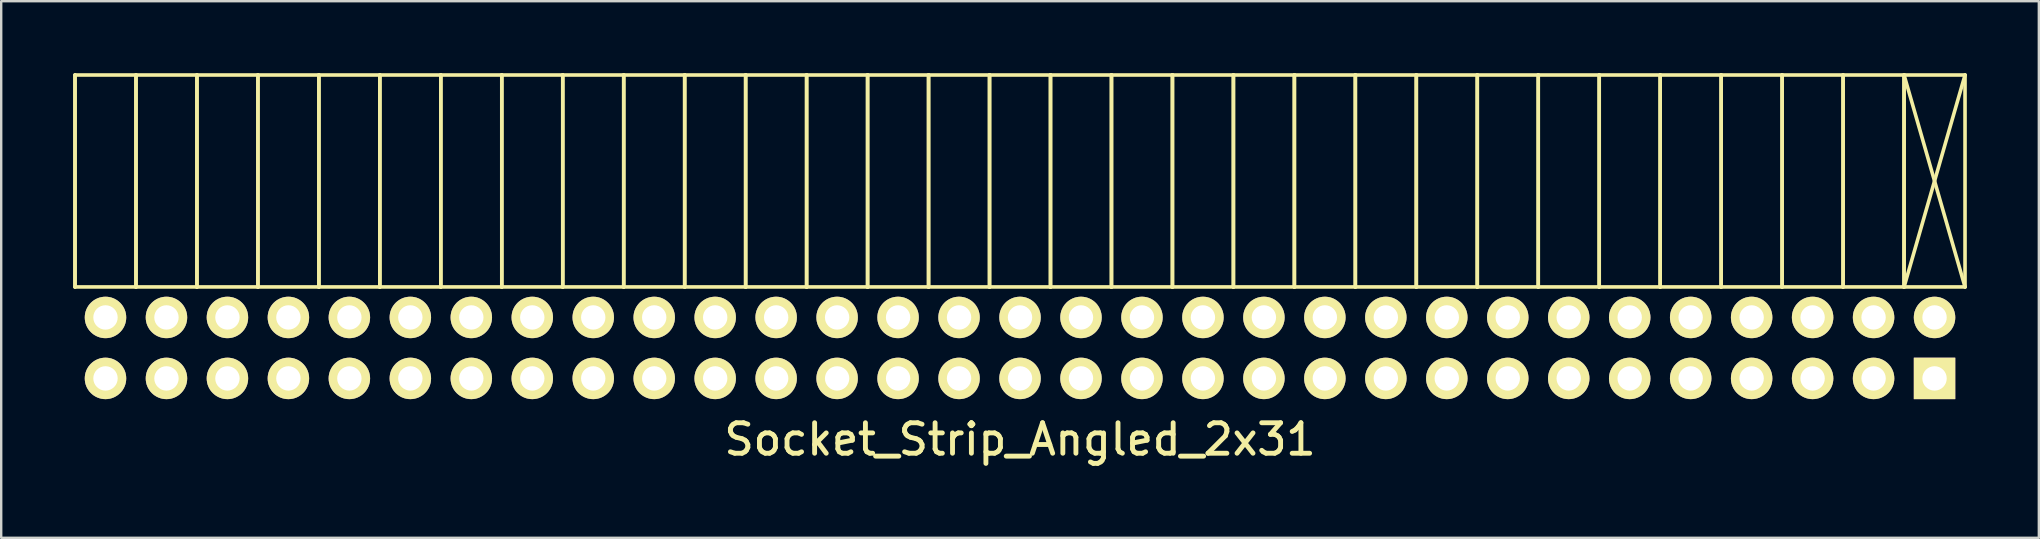
<source format=kicad_pcb>
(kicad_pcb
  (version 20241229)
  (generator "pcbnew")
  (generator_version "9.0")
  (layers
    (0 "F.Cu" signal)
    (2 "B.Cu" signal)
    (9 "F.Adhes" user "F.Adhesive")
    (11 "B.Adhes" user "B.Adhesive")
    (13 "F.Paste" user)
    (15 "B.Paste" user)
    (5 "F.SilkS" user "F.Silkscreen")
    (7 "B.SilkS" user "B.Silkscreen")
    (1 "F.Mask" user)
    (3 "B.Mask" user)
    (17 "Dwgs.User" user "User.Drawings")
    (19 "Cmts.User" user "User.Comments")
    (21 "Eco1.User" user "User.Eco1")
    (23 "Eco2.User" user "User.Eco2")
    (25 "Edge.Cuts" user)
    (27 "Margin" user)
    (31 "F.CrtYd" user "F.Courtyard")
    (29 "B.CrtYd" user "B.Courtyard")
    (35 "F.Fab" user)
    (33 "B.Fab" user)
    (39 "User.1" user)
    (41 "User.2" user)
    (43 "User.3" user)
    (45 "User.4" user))
  (footprint "Socket_Strip_Angled_2x31"
    (layer "F.Cu")
    (at 39.445 11.445)
    (property "Reference" "Socket_Strip_Angled_2x31" (at 0 3.81 0) (layer "F.SilkS") (effects (font (size 1.27 1.27) (thickness 0.203))))
    (attr through_hole)
    (fp_line (start -39.37 -11.37) (end -39.37 -2.54) (stroke (width 0.15) (type solid)) (layer "F.SilkS"))
    (fp_line (start -39.37 -2.54) (end -39.37 -11.37) (stroke (width 0.15) (type solid)) (layer "F.SilkS"))
    (fp_line (start -36.83 -11.37) (end -39.37 -11.37) (stroke (width 0.15) (type solid)) (layer "F.SilkS"))
    (fp_line (start -36.83 -11.37) (end -36.83 -2.54) (stroke (width 0.15) (type solid)) (layer "F.SilkS"))
    (fp_line (start -36.83 -2.54) (end -39.37 -2.54) (stroke (width 0.15) (type solid)) (layer "F.SilkS"))
    (fp_line (start -36.83 -2.54) (end -36.83 -11.37) (stroke (width 0.15) (type solid)) (layer "F.SilkS"))
    (fp_line (start -34.29 -11.37) (end -36.83 -11.37) (stroke (width 0.15) (type solid)) (layer "F.SilkS"))
    (fp_line (start -34.29 -11.37) (end -34.29 -2.54) (stroke (width 0.15) (type solid)) (layer "F.SilkS"))
    (fp_line (start -34.29 -2.54) (end -36.83 -2.54) (stroke (width 0.15) (type solid)) (layer "F.SilkS"))
    (fp_line (start -34.29 -2.54) (end -34.29 -11.37) (stroke (width 0.15) (type solid)) (layer "F.SilkS"))
    (fp_line (start -31.75 -11.37) (end -34.29 -11.37) (stroke (width 0.15) (type solid)) (layer "F.SilkS"))
    (fp_line (start -31.75 -11.37) (end -31.75 -2.54) (stroke (width 0.15) (type solid)) (layer "F.SilkS"))
    (fp_line (start -31.75 -2.54) (end -34.29 -2.54) (stroke (width 0.15) (type solid)) (layer "F.SilkS"))
    (fp_line (start -31.75 -2.54) (end -31.75 -11.37) (stroke (width 0.15) (type solid)) (layer "F.SilkS"))
    (fp_line (start -29.21 -11.37) (end -31.75 -11.37) (stroke (width 0.15) (type solid)) (layer "F.SilkS"))
    (fp_line (start -29.21 -11.37) (end -29.21 -2.54) (stroke (width 0.15) (type solid)) (layer "F.SilkS"))
    (fp_line (start -29.21 -2.54) (end -31.75 -2.54) (stroke (width 0.15) (type solid)) (layer "F.SilkS"))
    (fp_line (start -29.21 -2.54) (end -29.21 -11.37) (stroke (width 0.15) (type solid)) (layer "F.SilkS"))
    (fp_line (start -26.67 -11.37) (end -29.21 -11.37) (stroke (width 0.15) (type solid)) (layer "F.SilkS"))
    (fp_line (start -26.67 -11.37) (end -26.67 -2.54) (stroke (width 0.15) (type solid)) (layer "F.SilkS"))
    (fp_line (start -26.67 -2.54) (end -29.21 -2.54) (stroke (width 0.15) (type solid)) (layer "F.SilkS"))
    (fp_line (start -26.67 -2.54) (end -26.67 -11.37) (stroke (width 0.15) (type solid)) (layer "F.SilkS"))
    (fp_line (start -24.13 -11.37) (end -26.67 -11.37) (stroke (width 0.15) (type solid)) (layer "F.SilkS"))
    (fp_line (start -24.13 -11.37) (end -24.13 -2.54) (stroke (width 0.15) (type solid)) (layer "F.SilkS"))
    (fp_line (start -24.13 -2.54) (end -26.67 -2.54) (stroke (width 0.15) (type solid)) (layer "F.SilkS"))
    (fp_line (start -24.13 -2.54) (end -24.13 -11.37) (stroke (width 0.15) (type solid)) (layer "F.SilkS"))
    (fp_line (start -21.59 -11.37) (end -24.13 -11.37) (stroke (width 0.15) (type solid)) (layer "F.SilkS"))
    (fp_line (start -21.59 -11.37) (end -21.59 -2.54) (stroke (width 0.15) (type solid)) (layer "F.SilkS"))
    (fp_line (start -21.59 -2.54) (end -24.13 -2.54) (stroke (width 0.15) (type solid)) (layer "F.SilkS"))
    (fp_line (start -21.59 -2.54) (end -21.59 -11.37) (stroke (width 0.15) (type solid)) (layer "F.SilkS"))
    (fp_line (start -19.05 -11.37) (end -21.59 -11.37) (stroke (width 0.15) (type solid)) (layer "F.SilkS"))
    (fp_line (start -19.05 -11.37) (end -19.05 -2.54) (stroke (width 0.15) (type solid)) (layer "F.SilkS"))
    (fp_line (start -19.05 -2.54) (end -21.59 -2.54) (stroke (width 0.15) (type solid)) (layer "F.SilkS"))
    (fp_line (start -19.05 -2.54) (end -19.05 -11.37) (stroke (width 0.15) (type solid)) (layer "F.SilkS"))
    (fp_line (start -16.51 -11.37) (end -19.05 -11.37) (stroke (width 0.15) (type solid)) (layer "F.SilkS"))
    (fp_line (start -16.51 -11.37) (end -16.51 -2.54) (stroke (width 0.15) (type solid)) (layer "F.SilkS"))
    (fp_line (start -16.51 -2.54) (end -19.05 -2.54) (stroke (width 0.15) (type solid)) (layer "F.SilkS"))
    (fp_line (start -16.51 -2.54) (end -16.51 -11.37) (stroke (width 0.15) (type solid)) (layer "F.SilkS"))
    (fp_line (start -13.97 -11.37) (end -16.51 -11.37) (stroke (width 0.15) (type solid)) (layer "F.SilkS"))
    (fp_line (start -13.97 -11.37) (end -13.97 -2.54) (stroke (width 0.15) (type solid)) (layer "F.SilkS"))
    (fp_line (start -13.97 -2.54) (end -16.51 -2.54) (stroke (width 0.15) (type solid)) (layer "F.SilkS"))
    (fp_line (start -13.97 -2.54) (end -13.97 -11.37) (stroke (width 0.15) (type solid)) (layer "F.SilkS"))
    (fp_line (start -11.43 -11.37) (end -13.97 -11.37) (stroke (width 0.15) (type solid)) (layer "F.SilkS"))
    (fp_line (start -11.43 -11.37) (end -11.43 -2.54) (stroke (width 0.15) (type solid)) (layer "F.SilkS"))
    (fp_line (start -11.43 -2.54) (end -13.97 -2.54) (stroke (width 0.15) (type solid)) (layer "F.SilkS"))
    (fp_line (start -11.43 -2.54) (end -11.43 -11.37) (stroke (width 0.15) (type solid)) (layer "F.SilkS"))
    (fp_line (start -8.89 -11.37) (end -11.43 -11.37) (stroke (width 0.15) (type solid)) (layer "F.SilkS"))
    (fp_line (start -8.89 -11.37) (end -8.89 -2.54) (stroke (width 0.15) (type solid)) (layer "F.SilkS"))
    (fp_line (start -8.89 -2.54) (end -11.43 -2.54) (stroke (width 0.15) (type solid)) (layer "F.SilkS"))
    (fp_line (start -8.89 -2.54) (end -8.89 -11.37) (stroke (width 0.15) (type solid)) (layer "F.SilkS"))
    (fp_line (start -6.35 -11.37) (end -8.89 -11.37) (stroke (width 0.15) (type solid)) (layer "F.SilkS"))
    (fp_line (start -6.35 -11.37) (end -6.35 -2.54) (stroke (width 0.15) (type solid)) (layer "F.SilkS"))
    (fp_line (start -6.35 -2.54) (end -8.89 -2.54) (stroke (width 0.15) (type solid)) (layer "F.SilkS"))
    (fp_line (start -6.35 -2.54) (end -6.35 -11.37) (stroke (width 0.15) (type solid)) (layer "F.SilkS"))
    (fp_line (start -3.81 -11.37) (end -6.35 -11.37) (stroke (width 0.15) (type solid)) (layer "F.SilkS"))
    (fp_line (start -3.81 -11.37) (end -3.81 -2.54) (stroke (width 0.15) (type solid)) (layer "F.SilkS"))
    (fp_line (start -3.81 -2.54) (end -6.35 -2.54) (stroke (width 0.15) (type solid)) (layer "F.SilkS"))
    (fp_line (start -3.81 -2.54) (end -3.81 -11.37) (stroke (width 0.15) (type solid)) (layer "F.SilkS"))
    (fp_line (start -1.27 -11.37) (end -3.81 -11.37) (stroke (width 0.15) (type solid)) (layer "F.SilkS"))
    (fp_line (start -1.27 -11.37) (end -1.27 -2.54) (stroke (width 0.15) (type solid)) (layer "F.SilkS"))
    (fp_line (start -1.27 -2.54) (end -3.81 -2.54) (stroke (width 0.15) (type solid)) (layer "F.SilkS"))
    (fp_line (start -1.27 -2.54) (end -1.27 -11.37) (stroke (width 0.15) (type solid)) (layer "F.SilkS"))
    (fp_line (start 1.27 -11.37) (end -1.27 -11.37) (stroke (width 0.15) (type solid)) (layer "F.SilkS"))
    (fp_line (start 1.27 -11.37) (end 1.27 -2.54) (stroke (width 0.15) (type solid)) (layer "F.SilkS"))
    (fp_line (start 1.27 -2.54) (end -1.27 -2.54) (stroke (width 0.15) (type solid)) (layer "F.SilkS"))
    (fp_line (start 1.27 -2.54) (end 1.27 -11.37) (stroke (width 0.15) (type solid)) (layer "F.SilkS"))
    (fp_line (start 3.81 -11.37) (end 1.27 -11.37) (stroke (width 0.15) (type solid)) (layer "F.SilkS"))
    (fp_line (start 3.81 -11.37) (end 3.81 -2.54) (stroke (width 0.15) (type solid)) (layer "F.SilkS"))
    (fp_line (start 3.81 -2.54) (end 1.27 -2.54) (stroke (width 0.15) (type solid)) (layer "F.SilkS"))
    (fp_line (start 3.81 -2.54) (end 3.81 -11.37) (stroke (width 0.15) (type solid)) (layer "F.SilkS"))
    (fp_line (start 6.35 -11.37) (end 3.81 -11.37) (stroke (width 0.15) (type solid)) (layer "F.SilkS"))
    (fp_line (start 6.35 -11.37) (end 6.35 -2.54) (stroke (width 0.15) (type solid)) (layer "F.SilkS"))
    (fp_line (start 6.35 -2.54) (end 3.81 -2.54) (stroke (width 0.15) (type solid)) (layer "F.SilkS"))
    (fp_line (start 6.35 -2.54) (end 6.35 -11.37) (stroke (width 0.15) (type solid)) (layer "F.SilkS"))
    (fp_line (start 8.89 -11.37) (end 6.35 -11.37) (stroke (width 0.15) (type solid)) (layer "F.SilkS"))
    (fp_line (start 8.89 -11.37) (end 8.89 -2.54) (stroke (width 0.15) (type solid)) (layer "F.SilkS"))
    (fp_line (start 8.89 -2.54) (end 6.35 -2.54) (stroke (width 0.15) (type solid)) (layer "F.SilkS"))
    (fp_line (start 8.89 -2.54) (end 8.89 -11.37) (stroke (width 0.15) (type solid)) (layer "F.SilkS"))
    (fp_line (start 11.43 -11.37) (end 8.89 -11.37) (stroke (width 0.15) (type solid)) (layer "F.SilkS"))
    (fp_line (start 11.43 -11.37) (end 11.43 -2.54) (stroke (width 0.15) (type solid)) (layer "F.SilkS"))
    (fp_line (start 11.43 -2.54) (end 8.89 -2.54) (stroke (width 0.15) (type solid)) (layer "F.SilkS"))
    (fp_line (start 11.43 -2.54) (end 11.43 -11.37) (stroke (width 0.15) (type solid)) (layer "F.SilkS"))
    (fp_line (start 13.97 -11.37) (end 11.43 -11.37) (stroke (width 0.15) (type solid)) (layer "F.SilkS"))
    (fp_line (start 13.97 -11.37) (end 13.97 -2.54) (stroke (width 0.15) (type solid)) (layer "F.SilkS"))
    (fp_line (start 13.97 -2.54) (end 11.43 -2.54) (stroke (width 0.15) (type solid)) (layer "F.SilkS"))
    (fp_line (start 13.97 -2.54) (end 13.97 -11.37) (stroke (width 0.15) (type solid)) (layer "F.SilkS"))
    (fp_line (start 16.51 -11.37) (end 13.97 -11.37) (stroke (width 0.15) (type solid)) (layer "F.SilkS"))
    (fp_line (start 16.51 -11.37) (end 16.51 -2.54) (stroke (width 0.15) (type solid)) (layer "F.SilkS"))
    (fp_line (start 16.51 -2.54) (end 13.97 -2.54) (stroke (width 0.15) (type solid)) (layer "F.SilkS"))
    (fp_line (start 16.51 -2.54) (end 16.51 -11.37) (stroke (width 0.15) (type solid)) (layer "F.SilkS"))
    (fp_line (start 19.05 -11.37) (end 16.51 -11.37) (stroke (width 0.15) (type solid)) (layer "F.SilkS"))
    (fp_line (start 19.05 -11.37) (end 19.05 -2.54) (stroke (width 0.15) (type solid)) (layer "F.SilkS"))
    (fp_line (start 19.05 -2.54) (end 16.51 -2.54) (stroke (width 0.15) (type solid)) (layer "F.SilkS"))
    (fp_line (start 19.05 -2.54) (end 19.05 -11.37) (stroke (width 0.15) (type solid)) (layer "F.SilkS"))
    (fp_line (start 21.59 -11.37) (end 19.05 -11.37) (stroke (width 0.15) (type solid)) (layer "F.SilkS"))
    (fp_line (start 21.59 -11.37) (end 21.59 -2.54) (stroke (width 0.15) (type solid)) (layer "F.SilkS"))
    (fp_line (start 21.59 -2.54) (end 19.05 -2.54) (stroke (width 0.15) (type solid)) (layer "F.SilkS"))
    (fp_line (start 21.59 -2.54) (end 21.59 -11.37) (stroke (width 0.15) (type solid)) (layer "F.SilkS"))
    (fp_line (start 24.13 -11.37) (end 21.59 -11.37) (stroke (width 0.15) (type solid)) (layer "F.SilkS"))
    (fp_line (start 24.13 -11.37) (end 24.13 -2.54) (stroke (width 0.15) (type solid)) (layer "F.SilkS"))
    (fp_line (start 24.13 -2.54) (end 21.59 -2.54) (stroke (width 0.15) (type solid)) (layer "F.SilkS"))
    (fp_line (start 24.13 -2.54) (end 24.13 -11.37) (stroke (width 0.15) (type solid)) (layer "F.SilkS"))
    (fp_line (start 26.67 -11.37) (end 24.13 -11.37) (stroke (width 0.15) (type solid)) (layer "F.SilkS"))
    (fp_line (start 26.67 -11.37) (end 26.67 -2.54) (stroke (width 0.15) (type solid)) (layer "F.SilkS"))
    (fp_line (start 26.67 -2.54) (end 24.13 -2.54) (stroke (width 0.15) (type solid)) (layer "F.SilkS"))
    (fp_line (start 26.67 -2.54) (end 26.67 -11.37) (stroke (width 0.15) (type solid)) (layer "F.SilkS"))
    (fp_line (start 29.21 -11.37) (end 26.67 -11.37) (stroke (width 0.15) (type solid)) (layer "F.SilkS"))
    (fp_line (start 29.21 -11.37) (end 29.21 -2.54) (stroke (width 0.15) (type solid)) (layer "F.SilkS"))
    (fp_line (start 29.21 -2.54) (end 26.67 -2.54) (stroke (width 0.15) (type solid)) (layer "F.SilkS"))
    (fp_line (start 29.21 -2.54) (end 29.21 -11.37) (stroke (width 0.15) (type solid)) (layer "F.SilkS"))
    (fp_line (start 31.75 -11.37) (end 29.21 -11.37) (stroke (width 0.15) (type solid)) (layer "F.SilkS"))
    (fp_line (start 31.75 -11.37) (end 31.75 -2.54) (stroke (width 0.15) (type solid)) (layer "F.SilkS"))
    (fp_line (start 31.75 -2.54) (end 29.21 -2.54) (stroke (width 0.15) (type solid)) (layer "F.SilkS"))
    (fp_line (start 31.75 -2.54) (end 31.75 -11.37) (stroke (width 0.15) (type solid)) (layer "F.SilkS"))
    (fp_line (start 34.29 -11.37) (end 31.75 -11.37) (stroke (width 0.15) (type solid)) (layer "F.SilkS"))
    (fp_line (start 34.29 -11.37) (end 34.29 -2.54) (stroke (width 0.15) (type solid)) (layer "F.SilkS"))
    (fp_line (start 34.29 -2.54) (end 31.75 -2.54) (stroke (width 0.15) (type solid)) (layer "F.SilkS"))
    (fp_line (start 34.29 -2.54) (end 34.29 -11.37) (stroke (width 0.15) (type solid)) (layer "F.SilkS"))
    (fp_line (start 36.83 -11.37) (end 34.29 -11.37) (stroke (width 0.15) (type solid)) (layer "F.SilkS"))
    (fp_line (start 36.83 -11.37) (end 36.83 -2.54) (stroke (width 0.15) (type solid)) (layer "F.SilkS"))
    (fp_line (start 36.83 -2.54) (end 34.29 -2.54) (stroke (width 0.15) (type solid)) (layer "F.SilkS"))
    (fp_line (start 36.83 -2.54) (end 36.83 -11.37) (stroke (width 0.15) (type solid)) (layer "F.SilkS"))
    (fp_line (start 39.37 -11.37) (end 36.83 -11.37) (stroke (width 0.15) (type solid)) (layer "F.SilkS"))
    (fp_line (start 39.37 -11.37) (end 36.83 -2.54) (stroke (width 0.15) (type solid)) (layer "F.SilkS"))
    (fp_line (start 39.37 -2.54) (end 36.83 -11.37) (stroke (width 0.15) (type solid)) (layer "F.SilkS"))
    (fp_line (start 39.37 -2.54) (end 36.83 -2.54) (stroke (width 0.15) (type solid)) (layer "F.SilkS"))
    (fp_line (start 39.37 -2.54) (end 39.37 -11.37) (stroke (width 0.15) (type solid)) (layer "F.SilkS"))
    (pad "1" thru_hole rect (at 38.1 1.27 180) (size 1.727 1.727) (drill 1.016) (layers "*.Cu" "*.Mask" "F.SilkS"))
    (pad "2" thru_hole oval (at 38.1 -1.27 180) (size 1.727 1.727) (drill 1.016) (layers "*.Cu" "*.Mask" "F.SilkS"))
    (pad "3" thru_hole oval (at 35.56 1.27 180) (size 1.727 1.727) (drill 1.016) (layers "*.Cu" "*.Mask" "F.SilkS"))
    (pad "4" thru_hole oval (at 35.56 -1.27 180) (size 1.727 1.727) (drill 1.016) (layers "*.Cu" "*.Mask" "F.SilkS"))
    (pad "5" thru_hole oval (at 33.02 1.27 180) (size 1.727 1.727) (drill 1.016) (layers "*.Cu" "*.Mask" "F.SilkS"))
    (pad "6" thru_hole oval (at 33.02 -1.27 180) (size 1.727 1.727) (drill 1.016) (layers "*.Cu" "*.Mask" "F.SilkS"))
    (pad "7" thru_hole oval (at 30.48 1.27 180) (size 1.727 1.727) (drill 1.016) (layers "*.Cu" "*.Mask" "F.SilkS"))
    (pad "8" thru_hole oval (at 30.48 -1.27 180) (size 1.727 1.727) (drill 1.016) (layers "*.Cu" "*.Mask" "F.SilkS"))
    (pad "9" thru_hole oval (at 27.94 1.27 180) (size 1.727 1.727) (drill 1.016) (layers "*.Cu" "*.Mask" "F.SilkS"))
    (pad "10" thru_hole oval (at 27.94 -1.27 180) (size 1.727 1.727) (drill 1.016) (layers "*.Cu" "*.Mask" "F.SilkS"))
    (pad "11" thru_hole oval (at 25.4 1.27 180) (size 1.727 1.727) (drill 1.016) (layers "*.Cu" "*.Mask" "F.SilkS"))
    (pad "12" thru_hole oval (at 25.4 -1.27 180) (size 1.727 1.727) (drill 1.016) (layers "*.Cu" "*.Mask" "F.SilkS"))
    (pad "13" thru_hole oval (at 22.86 1.27 180) (size 1.727 1.727) (drill 1.016) (layers "*.Cu" "*.Mask" "F.SilkS"))
    (pad "14" thru_hole oval (at 22.86 -1.27 180) (size 1.727 1.727) (drill 1.016) (layers "*.Cu" "*.Mask" "F.SilkS"))
    (pad "15" thru_hole oval (at 20.32 1.27 180) (size 1.727 1.727) (drill 1.016) (layers "*.Cu" "*.Mask" "F.SilkS"))
    (pad "16" thru_hole oval (at 20.32 -1.27 180) (size 1.727 1.727) (drill 1.016) (layers "*.Cu" "*.Mask" "F.SilkS"))
    (pad "17" thru_hole oval (at 17.78 1.27 180) (size 1.727 1.727) (drill 1.016) (layers "*.Cu" "*.Mask" "F.SilkS"))
    (pad "18" thru_hole oval (at 17.78 -1.27 180) (size 1.727 1.727) (drill 1.016) (layers "*.Cu" "*.Mask" "F.SilkS"))
    (pad "19" thru_hole oval (at 15.24 1.27 180) (size 1.727 1.727) (drill 1.016) (layers "*.Cu" "*.Mask" "F.SilkS"))
    (pad "20" thru_hole oval (at 15.24 -1.27 180) (size 1.727 1.727) (drill 1.016) (layers "*.Cu" "*.Mask" "F.SilkS"))
    (pad "21" thru_hole oval (at 12.7 1.27 180) (size 1.727 1.727) (drill 1.016) (layers "*.Cu" "*.Mask" "F.SilkS"))
    (pad "22" thru_hole oval (at 12.7 -1.27 180) (size 1.727 1.727) (drill 1.016) (layers "*.Cu" "*.Mask" "F.SilkS"))
    (pad "23" thru_hole oval (at 10.16 1.27 180) (size 1.727 1.727) (drill 1.016) (layers "*.Cu" "*.Mask" "F.SilkS"))
    (pad "24" thru_hole oval (at 10.16 -1.27 180) (size 1.727 1.727) (drill 1.016) (layers "*.Cu" "*.Mask" "F.SilkS"))
    (pad "25" thru_hole oval (at 7.62 1.27 180) (size 1.727 1.727) (drill 1.016) (layers "*.Cu" "*.Mask" "F.SilkS"))
    (pad "26" thru_hole oval (at 7.62 -1.27 180) (size 1.727 1.727) (drill 1.016) (layers "*.Cu" "*.Mask" "F.SilkS"))
    (pad "27" thru_hole oval (at 5.08 1.27 180) (size 1.727 1.727) (drill 1.016) (layers "*.Cu" "*.Mask" "F.SilkS"))
    (pad "28" thru_hole oval (at 5.08 -1.27 180) (size 1.727 1.727) (drill 1.016) (layers "*.Cu" "*.Mask" "F.SilkS"))
    (pad "29" thru_hole oval (at 2.54 1.27 180) (size 1.727 1.727) (drill 1.016) (layers "*.Cu" "*.Mask" "F.SilkS"))
    (pad "30" thru_hole oval (at 2.54 -1.27 180) (size 1.727 1.727) (drill 1.016) (layers "*.Cu" "*.Mask" "F.SilkS"))
    (pad "31" thru_hole oval (at 0 1.27 180) (size 1.727 1.727) (drill 1.016) (layers "*.Cu" "*.Mask" "F.SilkS"))
    (pad "32" thru_hole oval (at 0 -1.27 180) (size 1.727 1.727) (drill 1.016) (layers "*.Cu" "*.Mask" "F.SilkS"))
    (pad "33" thru_hole oval (at -2.54 1.27 180) (size 1.727 1.727) (drill 1.016) (layers "*.Cu" "*.Mask" "F.SilkS"))
    (pad "34" thru_hole oval (at -2.54 -1.27 180) (size 1.727 1.727) (drill 1.016) (layers "*.Cu" "*.Mask" "F.SilkS"))
    (pad "35" thru_hole oval (at -5.08 1.27 180) (size 1.727 1.727) (drill 1.016) (layers "*.Cu" "*.Mask" "F.SilkS"))
    (pad "36" thru_hole oval (at -5.08 -1.27 180) (size 1.727 1.727) (drill 1.016) (layers "*.Cu" "*.Mask" "F.SilkS"))
    (pad "37" thru_hole oval (at -7.62 1.27 180) (size 1.727 1.727) (drill 1.016) (layers "*.Cu" "*.Mask" "F.SilkS"))
    (pad "38" thru_hole oval (at -7.62 -1.27 180) (size 1.727 1.727) (drill 1.016) (layers "*.Cu" "*.Mask" "F.SilkS"))
    (pad "39" thru_hole oval (at -10.16 1.27 180) (size 1.727 1.727) (drill 1.016) (layers "*.Cu" "*.Mask" "F.SilkS"))
    (pad "40" thru_hole oval (at -10.16 -1.27 180) (size 1.727 1.727) (drill 1.016) (layers "*.Cu" "*.Mask" "F.SilkS"))
    (pad "41" thru_hole oval (at -12.7 1.27 180) (size 1.727 1.727) (drill 1.016) (layers "*.Cu" "*.Mask" "F.SilkS"))
    (pad "42" thru_hole oval (at -12.7 -1.27 180) (size 1.727 1.727) (drill 1.016) (layers "*.Cu" "*.Mask" "F.SilkS"))
    (pad "43" thru_hole oval (at -15.24 1.27 180) (size 1.727 1.727) (drill 1.016) (layers "*.Cu" "*.Mask" "F.SilkS"))
    (pad "44" thru_hole oval (at -15.24 -1.27 180) (size 1.727 1.727) (drill 1.016) (layers "*.Cu" "*.Mask" "F.SilkS"))
    (pad "45" thru_hole oval (at -17.78 1.27 180) (size 1.727 1.727) (drill 1.016) (layers "*.Cu" "*.Mask" "F.SilkS"))
    (pad "46" thru_hole oval (at -17.78 -1.27 180) (size 1.727 1.727) (drill 1.016) (layers "*.Cu" "*.Mask" "F.SilkS"))
    (pad "47" thru_hole oval (at -20.32 1.27 180) (size 1.727 1.727) (drill 1.016) (layers "*.Cu" "*.Mask" "F.SilkS"))
    (pad "48" thru_hole oval (at -20.32 -1.27 180) (size 1.727 1.727) (drill 1.016) (layers "*.Cu" "*.Mask" "F.SilkS"))
    (pad "49" thru_hole oval (at -22.86 1.27 180) (size 1.727 1.727) (drill 1.016) (layers "*.Cu" "*.Mask" "F.SilkS"))
    (pad "50" thru_hole oval (at -22.86 -1.27 180) (size 1.727 1.727) (drill 1.016) (layers "*.Cu" "*.Mask" "F.SilkS"))
    (pad "51" thru_hole oval (at -25.4 1.27 180) (size 1.727 1.727) (drill 1.016) (layers "*.Cu" "*.Mask" "F.SilkS"))
    (pad "52" thru_hole oval (at -25.4 -1.27 180) (size 1.727 1.727) (drill 1.016) (layers "*.Cu" "*.Mask" "F.SilkS"))
    (pad "53" thru_hole oval (at -27.94 1.27 180) (size 1.727 1.727) (drill 1.016) (layers "*.Cu" "*.Mask" "F.SilkS"))
    (pad "54" thru_hole oval (at -27.94 -1.27 180) (size 1.727 1.727) (drill 1.016) (layers "*.Cu" "*.Mask" "F.SilkS"))
    (pad "55" thru_hole oval (at -30.48 1.27 180) (size 1.727 1.727) (drill 1.016) (layers "*.Cu" "*.Mask" "F.SilkS"))
    (pad "56" thru_hole oval (at -30.48 -1.27 180) (size 1.727 1.727) (drill 1.016) (layers "*.Cu" "*.Mask" "F.SilkS"))
    (pad "57" thru_hole oval (at -33.02 1.27 180) (size 1.727 1.727) (drill 1.016) (layers "*.Cu" "*.Mask" "F.SilkS"))
    (pad "58" thru_hole oval (at -33.02 -1.27 180) (size 1.727 1.727) (drill 1.016) (layers "*.Cu" "*.Mask" "F.SilkS"))
    (pad "59" thru_hole oval (at -35.56 1.27 180) (size 1.727 1.727) (drill 1.016) (layers "*.Cu" "*.Mask" "F.SilkS"))
    (pad "60" thru_hole oval (at -35.56 -1.27 180) (size 1.727 1.727) (drill 1.016) (layers "*.Cu" "*.Mask" "F.SilkS"))
    (pad "61" thru_hole oval (at -38.1 1.27 180) (size 1.727 1.727) (drill 1.016) (layers "*.Cu" "*.Mask" "F.SilkS"))
    (pad "62" thru_hole oval (at -38.1 -1.27 180) (size 1.727 1.727) (drill 1.016) (layers "*.Cu" "*.Mask" "F.SilkS")))
  (gr_rect
    (start -3 -3)
    (end 81.89 19.355)
    (stroke (width 0.1) (type default))
    (fill no)
    (layer "Edge.Cuts")))
</source>
